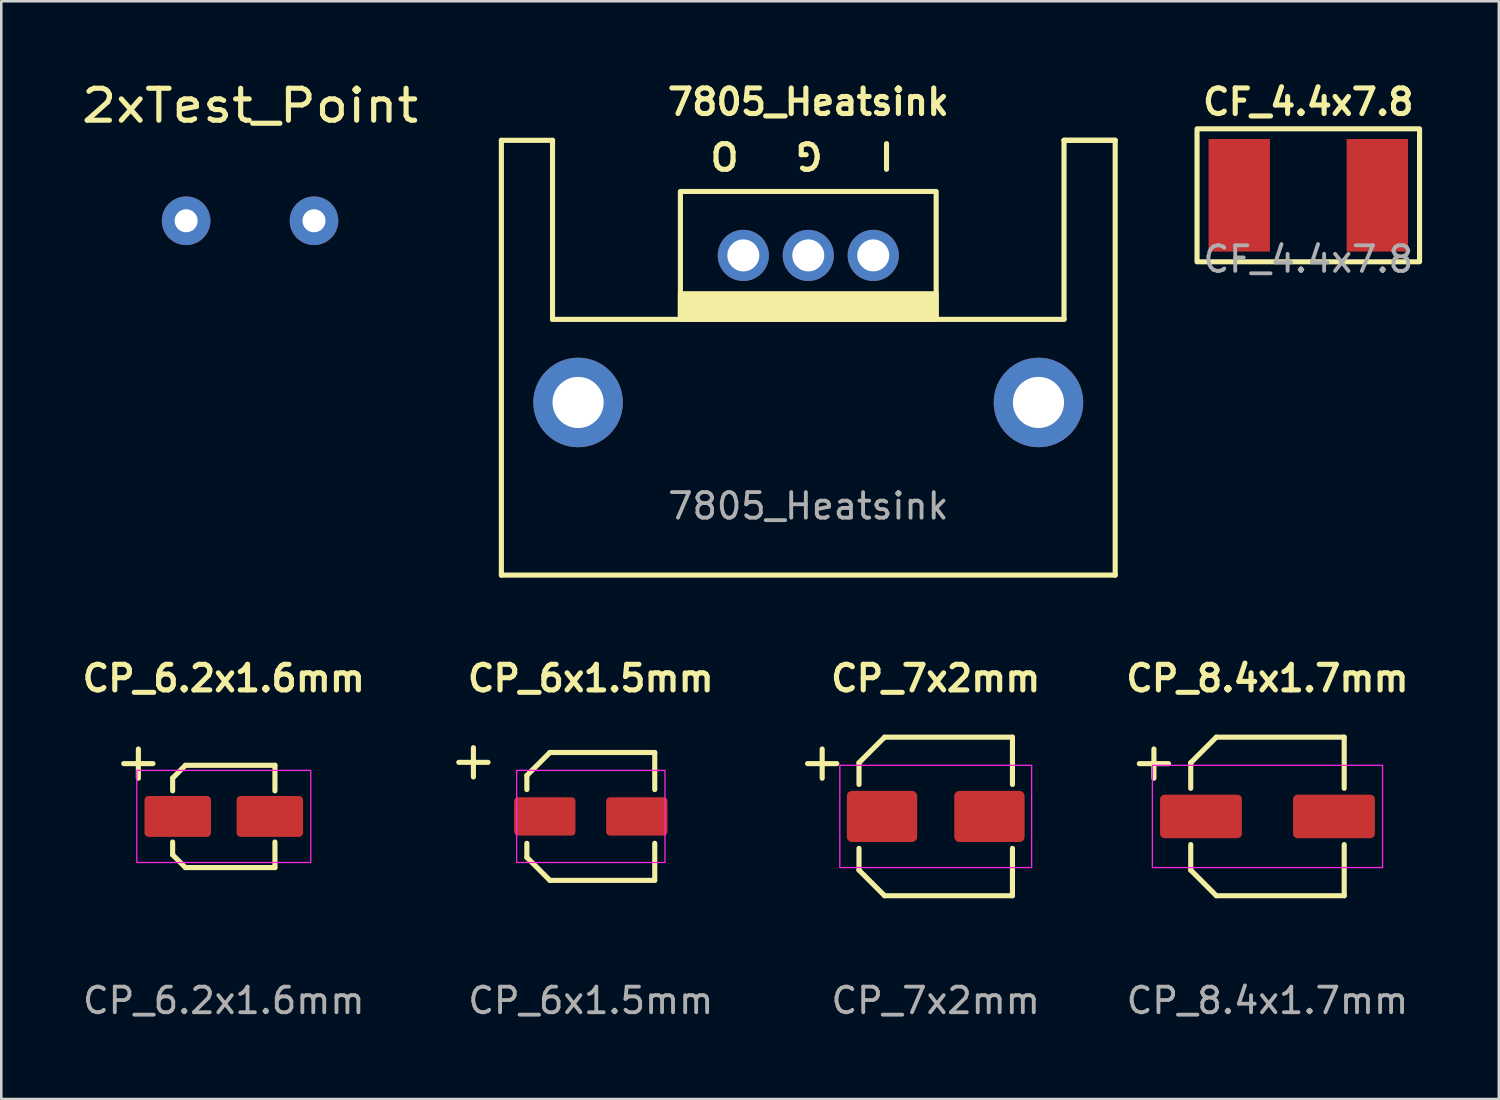
<source format=kicad_pcb>
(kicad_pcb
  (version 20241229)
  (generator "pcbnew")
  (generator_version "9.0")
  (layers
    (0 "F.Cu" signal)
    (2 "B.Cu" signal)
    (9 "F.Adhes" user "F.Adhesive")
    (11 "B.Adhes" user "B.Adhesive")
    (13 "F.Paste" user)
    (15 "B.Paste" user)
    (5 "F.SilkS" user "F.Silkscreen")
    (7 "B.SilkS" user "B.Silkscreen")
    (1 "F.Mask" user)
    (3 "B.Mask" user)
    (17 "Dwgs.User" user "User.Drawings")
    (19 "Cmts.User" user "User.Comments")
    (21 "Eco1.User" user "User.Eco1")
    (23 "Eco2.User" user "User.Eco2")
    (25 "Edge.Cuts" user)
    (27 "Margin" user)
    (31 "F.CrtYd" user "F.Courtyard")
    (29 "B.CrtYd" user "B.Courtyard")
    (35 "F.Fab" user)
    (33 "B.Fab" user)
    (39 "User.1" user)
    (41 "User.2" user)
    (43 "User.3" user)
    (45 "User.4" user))
  (footprint "CP_6.2x1.6mm"
    (layer "F.Cu")
    (at 5.7 28.872)
    (property "Reference" "CP_6.2x1.6mm" (at 0 -5.4 0) (unlocked yes) (layer "F.SilkS") (effects (font (size 1 1) (thickness 0.2) (bold yes))))
    (attr smd)
    (fp_line (start -2 -1.5) (end -1.5 -2) (stroke (width 0.2) (type default)) (layer "F.SilkS"))
    (fp_line (start -2 -1) (end -2 -1.5) (stroke (width 0.2) (type default)) (layer "F.SilkS"))
    (fp_line (start -2 1) (end -2 1.5) (stroke (width 0.2) (type default)) (layer "F.SilkS"))
    (fp_line (start -2 1.5) (end -1.5 2) (stroke (width 0.2) (type default)) (layer "F.SilkS"))
    (fp_line (start -1.5 -2) (end 2 -2) (stroke (width 0.2) (type default)) (layer "F.SilkS"))
    (fp_line (start -1.5 2) (end 2 2) (stroke (width 0.2) (type default)) (layer "F.SilkS"))
    (fp_line (start 2 -1) (end 2 -2) (stroke (width 0.2) (type default)) (layer "F.SilkS"))
    (fp_line (start 2 2) (end 2 1) (stroke (width 0.2) (type default)) (layer "F.SilkS"))
    (fp_rect (start -3.4 -1.8) (end 3.4 1.8) (stroke (width 0.05) (type default)) (fill no) (layer "F.CrtYd"))
    (fp_text user "+" (at -4.4 -1.3 0) (unlocked yes) (layer "F.SilkS") (effects (font (size 1.5 1.5) (thickness 0.2) (bold yes)) (justify left bottom)))
    (fp_text user "${REFERENCE}" (at 0 7.2 0) (unlocked yes) (layer "F.Fab") (effects (font (size 1 1) (thickness 0.15))))
    (pad "1" smd roundrect (at -1.8 0) (size 2.6 1.6) (layers "F.Cu" "F.Mask" "F.Paste") (roundrect_rratio 0.1))
    (pad "2" smd roundrect (at 1.8 0) (size 2.6 1.6) (layers "F.Cu" "F.Mask" "F.Paste") (roundrect_rratio 0.1)))
  (footprint "CP_6x1.5mm"
    (layer "F.Cu")
    (at 20.05 28.872)
    (property "Reference" "CP_6x1.5mm" (at 0 -5.4 0) (unlocked yes) (layer "F.SilkS") (effects (font (size 1 1) (thickness 0.2) (bold yes))))
    (attr smd)
    (fp_line (start -2.5 -1.6) (end -1.6 -2.5) (stroke (width 0.2) (type default)) (layer "F.SilkS"))
    (fp_line (start -2.5 -1.05) (end -2.5 -1.6) (stroke (width 0.2) (type default)) (layer "F.SilkS"))
    (fp_line (start -2.5 1.05) (end -2.5 1.6) (stroke (width 0.2) (type default)) (layer "F.SilkS"))
    (fp_line (start -2.5 1.6) (end -1.6 2.5) (stroke (width 0.2) (type default)) (layer "F.SilkS"))
    (fp_line (start -1.6 -2.5) (end 2.5 -2.5) (stroke (width 0.2) (type default)) (layer "F.SilkS"))
    (fp_line (start -1.6 2.5) (end 2.5 2.5) (stroke (width 0.2) (type default)) (layer "F.SilkS"))
    (fp_line (start 2.5 -1.05) (end 2.5 -2.5) (stroke (width 0.2) (type default)) (layer "F.SilkS"))
    (fp_line (start 2.5 2.5) (end 2.5 1.05) (stroke (width 0.2) (type default)) (layer "F.SilkS"))
    (fp_rect (start -2.9 -1.8) (end 2.9 1.8) (stroke (width 0.05) (type default)) (fill no) (layer "F.CrtYd"))
    (fp_text user "+" (at -5.65 -1.35 0) (unlocked yes) (layer "F.SilkS") (effects (font (size 1.5 1.5) (thickness 0.2) (bold yes)) (justify left bottom)))
    (fp_text user "${REFERENCE}" (at 0 7.2 0) (unlocked yes) (layer "F.Fab") (effects (font (size 1 1) (thickness 0.15))))
    (pad "1" smd roundrect (at -1.8 0) (size 2.4 1.5) (layers "F.Cu" "F.Mask" "F.Paste") (roundrect_rratio 0.1))
    (pad "2" smd roundrect (at 1.8 0) (size 2.4 1.5) (layers "F.Cu" "F.Mask" "F.Paste") (roundrect_rratio 0.1)))
  (footprint "2xTest_Point"
    (layer "F.Cu")
    (at 6.727 5.582)
    (property "Reference" "2xTest_Point" (at 0 -4.5 0) (unlocked yes) (layer "F.SilkS") (effects (font (size 1.25 1.4) (thickness 0.2))))
    (attr through_hole)
    (pad "1" thru_hole circle (at -2.5 0 180) (size 1.9 1.9) (drill 0.9) (layers "*.Cu" "*.Mask"))
    (pad "2" thru_hole circle (at 2.5 0 180) (size 1.9 1.9) (drill 0.9) (layers "*.Cu" "*.Mask")))
  (footprint "CP_7x2mm"
    (layer "F.Cu")
    (at 33.536 28.872)
    (property "Reference" "CP_7x2mm" (at 0 -5.4 0) (unlocked yes) (layer "F.SilkS") (effects (font (size 1 1) (thickness 0.2) (bold yes))))
    (attr smd)
    (fp_line (start -3 -2.1) (end -2 -3.1) (stroke (width 0.2) (type default)) (layer "F.SilkS"))
    (fp_line (start -3 -1.25) (end -3 -2.1) (stroke (width 0.2) (type default)) (layer "F.SilkS"))
    (fp_line (start -3 2.1) (end -3 1.25) (stroke (width 0.2) (type default)) (layer "F.SilkS"))
    (fp_line (start -2 -3.1) (end 3 -3.1) (stroke (width 0.2) (type default)) (layer "F.SilkS"))
    (fp_line (start -2 3.1) (end -3 2.1) (stroke (width 0.2) (type default)) (layer "F.SilkS"))
    (fp_line (start -2 3.1) (end 3 3.1) (stroke (width 0.2) (type default)) (layer "F.SilkS"))
    (fp_line (start 3 -1.25) (end 3 -3.1) (stroke (width 0.2) (type default)) (layer "F.SilkS"))
    (fp_line (start 3 3.1) (end 3 1.25) (stroke (width 0.2) (type default)) (layer "F.SilkS"))
    (fp_rect (start -3.75 -2) (end 3.75 2) (stroke (width 0.05) (type default)) (fill no) (layer "F.CrtYd"))
    (fp_text user "+" (at -5.5 -1.3 0) (unlocked yes) (layer "F.SilkS") (effects (font (size 1.5 1.5) (thickness 0.2) (bold yes)) (justify left bottom)))
    (fp_text user "${REFERENCE}" (at 0 7.2 0) (unlocked yes) (layer "F.Fab") (effects (font (size 1 1) (thickness 0.15))))
    (pad "1" smd roundrect (at -2.1 0) (size 2.75 2) (layers "F.Cu" "F.Mask" "F.Paste") (roundrect_rratio 0.1))
    (pad "2" smd roundrect (at 2.1 0) (size 2.75 2) (layers "F.Cu" "F.Mask" "F.Paste") (roundrect_rratio 0.1)))
  (footprint "7805_Heatsink"
    (layer "F.Cu")
    (at 28.553 6.936)
    (property "Reference" "7805_Heatsink" (at 0 -6 0) (unlocked yes) (layer "F.SilkS") (effects (font (size 1 1) (thickness 0.2) (bold yes))))
    (attr through_hole)
    (fp_line (start -12 -4.5) (end -10 -4.5) (stroke (width 0.2) (type default)) (layer "F.SilkS"))
    (fp_line (start -12 12.5) (end -12 -4.5) (stroke (width 0.2) (type default)) (layer "F.SilkS"))
    (fp_line (start -10 -4.5) (end -10 2.5) (stroke (width 0.2) (type default)) (layer "F.SilkS"))
    (fp_line (start -10 2.5) (end -5 2.5) (stroke (width 0.2) (type default)) (layer "F.SilkS"))
    (fp_line (start 10 -4.5) (end 10 2.5) (stroke (width 0.2) (type default)) (layer "F.SilkS"))
    (fp_line (start 10 -4.5) (end 12 -4.5) (stroke (width 0.2) (type default)) (layer "F.SilkS"))
    (fp_line (start 10 2.5) (end 5 2.5) (stroke (width 0.2) (type default)) (layer "F.SilkS"))
    (fp_line (start 12 -4.5) (end 10 -4.5) (stroke (width 0.2) (type default)) (layer "F.SilkS"))
    (fp_line (start 12 -4.5) (end 12 12.5) (stroke (width 0.2) (type default)) (layer "F.SilkS"))
    (fp_line (start 12 12.5) (end -12 12.5) (stroke (width 0.2) (type default)) (layer "F.SilkS"))
    (fp_rect (start -5 -2.5) (end 5 2.5) (stroke (width 0.2) (type default)) (fill no) (layer "F.SilkS"))
    (fp_rect (start -5 1.5) (end 5 2.5) (stroke (width 0.2) (type solid)) (fill yes) (layer "F.SilkS"))
    (fp_text user "I   G   O" (at -0.25 -4.5 180) (unlocked yes) (layer "F.SilkS") (effects (font (size 1 1) (thickness 0.2) (bold yes)) (justify bottom)))
    (fp_text user "${REFERENCE}" (at 0 9.8 0) (unlocked yes) (layer "F.Fab") (effects (font (size 1 1) (thickness 0.15))))
    (pad "1" thru_hole circle (at 2.54 0) (size 2 2) (drill 1.25) (layers "*.Cu" "*.Mask"))
    (pad "2" thru_hole circle (at -9 5.75) (size 3.5 3.5) (drill 2) (layers "*.Cu" "*.Mask"))
    (pad "2" thru_hole circle (at 0 0) (size 2 2) (drill 1.25) (layers "*.Cu" "*.Mask"))
    (pad "2" thru_hole circle (at 9 5.75) (size 3.5 3.5) (drill 2) (layers "*.Cu" "*.Mask"))
    (pad "3" thru_hole circle (at -2.54 0) (size 2 2) (drill 1.25) (layers "*.Cu" "*.Mask")))
  (footprint "CP_8.4x1.7mm"
    (layer "F.Cu")
    (at 46.507 28.872)
    (property "Reference" "CP_8.4x1.7mm" (at 0 -5.4 0) (unlocked yes) (layer "F.SilkS") (effects (font (size 1 1) (thickness 0.2) (bold yes))))
    (attr smd)
    (fp_line (start -3 -2.1) (end -2 -3.1) (stroke (width 0.2) (type default)) (layer "F.SilkS"))
    (fp_line (start -3 -1.1) (end -3 -2.1) (stroke (width 0.2) (type default)) (layer "F.SilkS"))
    (fp_line (start -3 2.1) (end -3 1.1) (stroke (width 0.2) (type default)) (layer "F.SilkS"))
    (fp_line (start -2 -3.1) (end 3 -3.1) (stroke (width 0.2) (type default)) (layer "F.SilkS"))
    (fp_line (start -2 3.1) (end -3 2.1) (stroke (width 0.2) (type default)) (layer "F.SilkS"))
    (fp_line (start -2 3.1) (end 3 3.1) (stroke (width 0.2) (type default)) (layer "F.SilkS"))
    (fp_line (start 3 -1.1) (end 3 -3.1) (stroke (width 0.2) (type default)) (layer "F.SilkS"))
    (fp_line (start 3 3.1) (end 3 1.1) (stroke (width 0.2) (type default)) (layer "F.SilkS"))
    (fp_rect (start -4.5 -2) (end 4.5 2) (stroke (width 0.05) (type default)) (fill no) (layer "F.CrtYd"))
    (fp_text user "+" (at -5.5 -1.3 0) (unlocked yes) (layer "F.SilkS") (effects (font (size 1.5 1.5) (thickness 0.2) (bold yes)) (justify left bottom)))
    (fp_text user "${REFERENCE}" (at 0 7.2 0) (unlocked yes) (layer "F.Fab") (effects (font (size 1 1) (thickness 0.15))))
    (pad "1" smd roundrect (at -2.6 0) (size 3.2 1.7) (layers "F.Cu" "F.Mask" "F.Paste") (roundrect_rratio 0.1))
    (pad "2" smd roundrect (at 2.6 0) (size 3.2 1.7) (layers "F.Cu" "F.Mask" "F.Paste") (roundrect_rratio 0.1)))
  (footprint "CF_4.4x7.8"
    (layer "F.Cu")
    (at 48.103 4.586)
    (property "Reference" "CF_4.4x7.8" (at 0 -3.65 0) (unlocked yes) (layer "F.SilkS") (effects (font (size 1 1) (thickness 0.2) (bold yes))))
    (attr smd)
    (fp_rect (start -4.35 -2.6) (end 4.35 2.6) (stroke (width 0.2) (type default)) (fill no) (layer "F.SilkS"))
    (fp_text user "${REFERENCE}" (at 0 2.5 0) (unlocked yes) (layer "F.Fab") (effects (font (size 1 1) (thickness 0.15))))
    (pad "1" smd rect (at -2.7 0 90) (size 4.4 2.4) (layers "F.Cu" "F.Mask" "F.Paste"))
    (pad "2" smd rect (at 2.7 0 90) (size 4.4 2.4) (layers "F.Cu" "F.Mask" "F.Paste")))
  (gr_rect
    (start -3 -3)
    (end 55.553 39.92)
    (stroke (width 0.1) (type default))
    (fill no)
    (layer "Edge.Cuts")))
</source>
